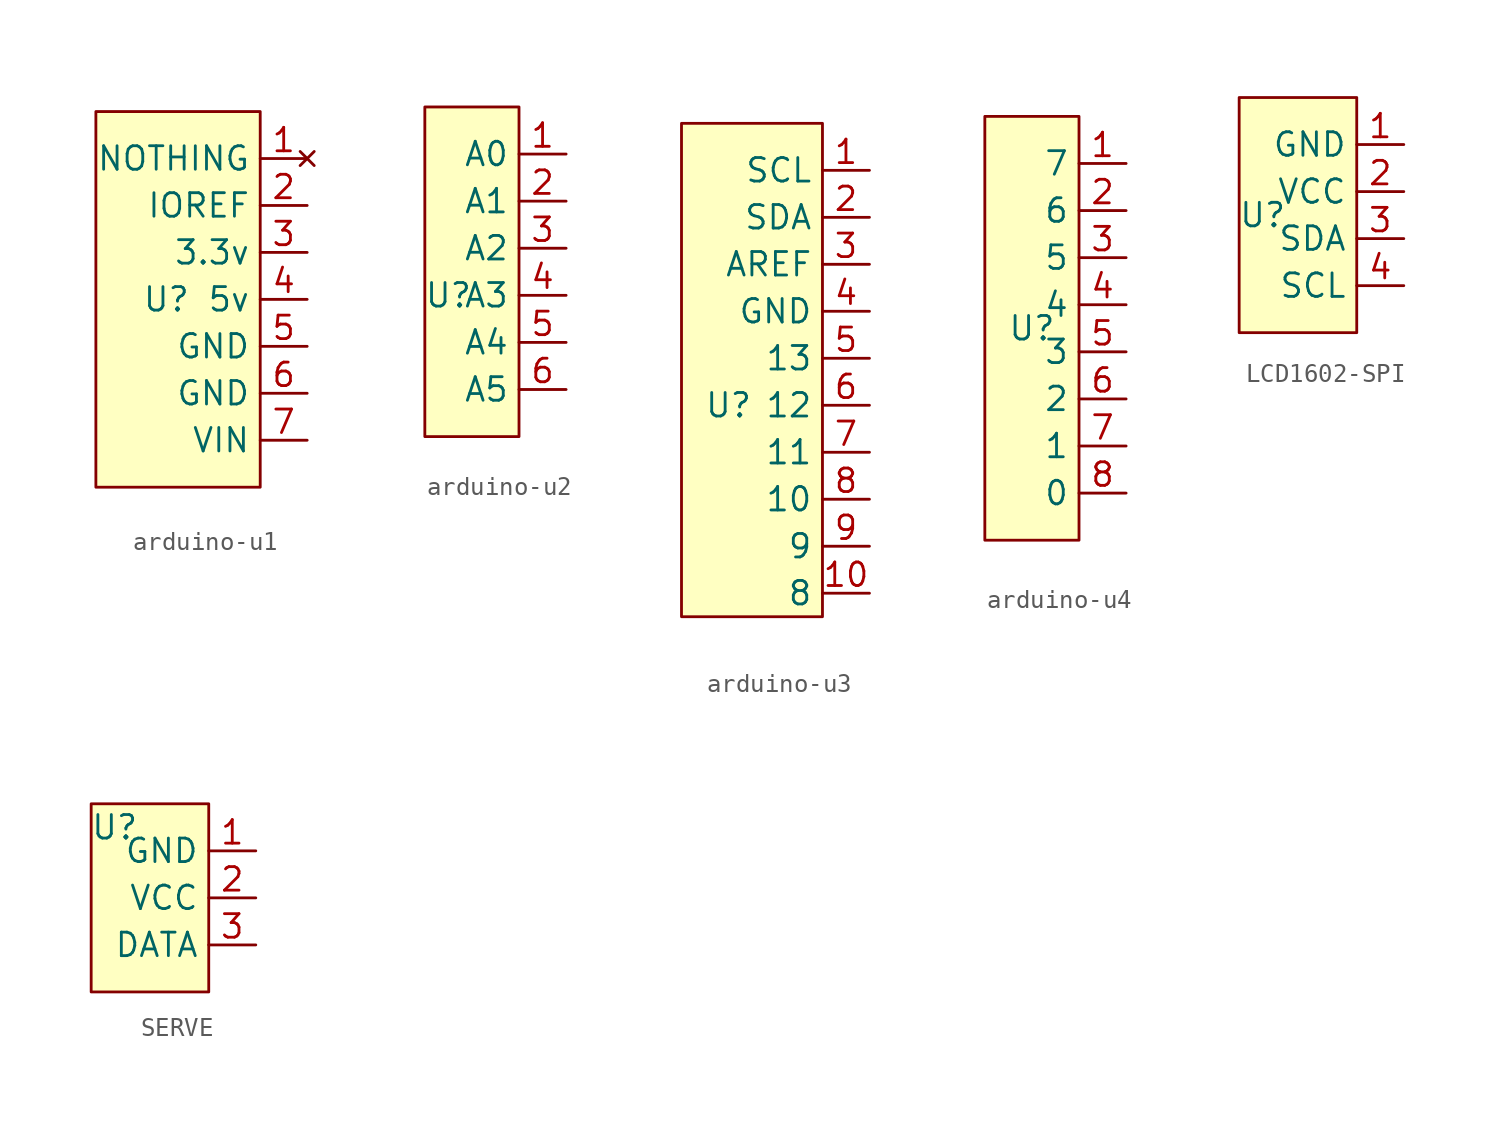
<source format=kicad_sym>
(kicad_symbol_lib
  (version 20220914)
  (generator kicad_symbol_editor)
  (symbol "arduino-u1"
    (property "Reference" "U"
      (at -2.54 0 0)
      (effects (font (size 1.27 1.27))))
    (property "Value" ""
      (at 0 0 0)
      (effects (font (size 1.27 1.27))))
    (symbol "arduino-u1_0_1"
      (rectangle (start -6.35 10.16) (end 2.54 -10.16) (stroke (width 0) (type default)) (fill (type background))))
    (symbol "arduino-u1_1_1"
      (pin no_connect line (at 5.08 7.62 180) (length 2.54) (name "NOTHING" (effects (font (size 1.27 1.27)))) (number "1" (effects (font (size 1.27 1.27)))))
      (pin bidirectional line (at 5.08 5.08 180) (length 2.54) (name "IOREF" (effects (font (size 1.27 1.27)))) (number "2" (effects (font (size 1.27 1.27)))))
      (pin power_out line (at 5.08 2.54 180) (length 2.54) (name "3.3v" (effects (font (size 1.27 1.27)))) (number "3" (effects (font (size 1.27 1.27)))))
      (pin bidirectional line (at 5.08 0 180) (length 2.54) (name "5v" (effects (font (size 1.27 1.27)))) (number "4" (effects (font (size 1.27 1.27)))))
      (pin power_out line (at 5.08 -2.54 180) (length 2.54) (name "GND" (effects (font (size 1.27 1.27)))) (number "5" (effects (font (size 1.27 1.27)))))
      (pin bidirectional line (at 5.08 -5.08 180) (length 2.54) (name "GND" (effects (font (size 1.27 1.27)))) (number "6" (effects (font (size 1.27 1.27)))))
      (pin bidirectional line (at 5.08 -7.62 180) (length 2.54) (name "VIN" (effects (font (size 1.27 1.27)))) (number "7" (effects (font (size 1.27 1.27)))))))
  (symbol "arduino-u2"
    (property "Reference" "U"
      (at 0 0 0)
      (effects (font (size 1.27 1.27))))
    (property "Value" ""
      (at 0 0 0)
      (effects (font (size 1.27 1.27))))
    (symbol "arduino-u2_0_1"
      (rectangle (start -1.27 10.16) (end 3.81 -7.62) (stroke (width 0) (type default)) (fill (type background))))
    (symbol "arduino-u2_1_1"
      (pin bidirectional line (at 6.35 7.62 180) (length 2.54) (name "A0" (effects (font (size 1.27 1.27)))) (number "1" (effects (font (size 1.27 1.27)))))
      (pin bidirectional line (at 6.35 5.08 180) (length 2.54) (name "A1" (effects (font (size 1.27 1.27)))) (number "2" (effects (font (size 1.27 1.27)))))
      (pin bidirectional line (at 6.35 2.54 180) (length 2.54) (name "A2" (effects (font (size 1.27 1.27)))) (number "3" (effects (font (size 1.27 1.27)))))
      (pin bidirectional line (at 6.35 0 180) (length 2.54) (name "A3" (effects (font (size 1.27 1.27)))) (number "4" (effects (font (size 1.27 1.27)))))
      (pin bidirectional line (at 6.35 -2.54 180) (length 2.54) (name "A4" (effects (font (size 1.27 1.27)))) (number "5" (effects (font (size 1.27 1.27)))))
      (pin bidirectional line (at 6.35 -5.08 180) (length 2.54) (name "A5" (effects (font (size 1.27 1.27)))) (number "6" (effects (font (size 1.27 1.27)))))))
  (symbol "arduino-u3"
    (property "Reference" "U"
      (at -2.54 -11.43 0)
      (effects (font (size 1.27 1.27))))
    (property "Value" ""
      (at 0 0 0)
      (effects (font (size 1.27 1.27))))
    (symbol "arduino-u3_0_1"
      (rectangle (start -5.08 3.81) (end 2.54 -22.86) (stroke (width 0) (type default)) (fill (type background))))
    (symbol "arduino-u3_1_1"
      (pin bidirectional line (at 5.08 1.27 180) (length 2.54) (name "SCL" (effects (font (size 1.27 1.27)))) (number "1" (effects (font (size 1.27 1.27)))))
      (pin bidirectional line (at 5.08 -21.59 180) (length 2.54) (name "8" (effects (font (size 1.27 1.27)))) (number "10" (effects (font (size 1.27 1.27)))))
      (pin bidirectional line (at 5.08 -1.27 180) (length 2.54) (name "SDA" (effects (font (size 1.27 1.27)))) (number "2" (effects (font (size 1.27 1.27)))))
      (pin bidirectional line (at 5.08 -3.81 180) (length 2.54) (name "AREF" (effects (font (size 1.27 1.27)))) (number "3" (effects (font (size 1.27 1.27)))))
      (pin bidirectional line (at 5.08 -6.35 180) (length 2.54) (name "GND" (effects (font (size 1.27 1.27)))) (number "4" (effects (font (size 1.27 1.27)))))
      (pin bidirectional line (at 5.08 -8.89 180) (length 2.54) (name "13" (effects (font (size 1.27 1.27)))) (number "5" (effects (font (size 1.27 1.27)))))
      (pin bidirectional line (at 5.08 -11.43 180) (length 2.54) (name "12" (effects (font (size 1.27 1.27)))) (number "6" (effects (font (size 1.27 1.27)))))
      (pin bidirectional line (at 5.08 -13.97 180) (length 2.54) (name "11" (effects (font (size 1.27 1.27)))) (number "7" (effects (font (size 1.27 1.27)))))
      (pin bidirectional line (at 5.08 -16.51 180) (length 2.54) (name "10" (effects (font (size 1.27 1.27)))) (number "8" (effects (font (size 1.27 1.27)))))
      (pin bidirectional line (at 5.08 -19.05 180) (length 2.54) (name "9" (effects (font (size 1.27 1.27)))) (number "9" (effects (font (size 1.27 1.27)))))))
  (symbol "arduino-u4"
    (property "Reference" "U"
      (at 0 0 0)
      (effects (font (size 1.27 1.27))))
    (property "Value" ""
      (at 0 0 0)
      (effects (font (size 1.27 1.27))))
    (symbol "arduino-u4_0_1"
      (rectangle (start -2.54 11.43) (end 2.54 -11.43) (stroke (width 0) (type default)) (fill (type background))))
    (symbol "arduino-u4_1_1"
      (pin bidirectional line (at 5.08 8.89 180) (length 2.54) (name "7" (effects (font (size 1.27 1.27)))) (number "1" (effects (font (size 1.27 1.27)))))
      (pin bidirectional line (at 5.08 6.35 180) (length 2.54) (name "6" (effects (font (size 1.27 1.27)))) (number "2" (effects (font (size 1.27 1.27)))))
      (pin bidirectional line (at 5.08 3.81 180) (length 2.54) (name "5" (effects (font (size 1.27 1.27)))) (number "3" (effects (font (size 1.27 1.27)))))
      (pin bidirectional line (at 5.08 1.27 180) (length 2.54) (name "4" (effects (font (size 1.27 1.27)))) (number "4" (effects (font (size 1.27 1.27)))))
      (pin bidirectional line (at 5.08 -1.27 180) (length 2.54) (name "3" (effects (font (size 1.27 1.27)))) (number "5" (effects (font (size 1.27 1.27)))))
      (pin bidirectional line (at 5.08 -3.81 180) (length 2.54) (name "2" (effects (font (size 1.27 1.27)))) (number "6" (effects (font (size 1.27 1.27)))))
      (pin bidirectional line (at 5.08 -6.35 180) (length 2.54) (name "1" (effects (font (size 1.27 1.27)))) (number "7" (effects (font (size 1.27 1.27)))))
      (pin bidirectional line (at 5.08 -8.89 180) (length 2.54) (name "0" (effects (font (size 1.27 1.27)))) (number "8" (effects (font (size 1.27 1.27)))))))
  (symbol "LCD1602-SPI"
    (property "Reference" "U"
      (at -3.81 -2.54 0)
      (effects (font (size 1.27 1.27))))
    (property "Value" ""
      (at 0 0 0)
      (effects (font (size 1.27 1.27))))
    (symbol "LCD1602-SPI_0_1"
      (rectangle (start -5.08 3.81) (end 1.27 -8.89) (stroke (width 0) (type default)) (fill (type background))))
    (symbol "LCD1602-SPI_1_1"
      (pin bidirectional line (at 3.81 1.27 180) (length 2.54) (name "GND" (effects (font (size 1.27 1.27)))) (number "1" (effects (font (size 1.27 1.27)))))
      (pin bidirectional line (at 3.81 -1.27 180) (length 2.54) (name "VCC" (effects (font (size 1.27 1.27)))) (number "2" (effects (font (size 1.27 1.27)))))
      (pin bidirectional line (at 3.81 -3.81 180) (length 2.54) (name "SDA" (effects (font (size 1.27 1.27)))) (number "3" (effects (font (size 1.27 1.27)))))
      (pin bidirectional line (at 3.81 -6.35 180) (length 2.54) (name "SCL" (effects (font (size 1.27 1.27)))) (number "4" (effects (font (size 1.27 1.27)))))))
  (symbol "SERVE"
    (property "Reference" "U"
      (at -2.54 1.27 0)
      (effects (font (size 1.27 1.27))))
    (property "Value" ""
      (at 0 0 0)
      (effects (font (size 1.27 1.27))))
    (symbol "SERVE_0_1"
      (rectangle (start -3.81 2.54) (end 2.54 -7.62) (stroke (width 0) (type default)) (fill (type background))))
    (symbol "SERVE_1_1"
      (pin bidirectional line (at 5.08 0 180) (length 2.54) (name "GND" (effects (font (size 1.27 1.27)))) (number "1" (effects (font (size 1.27 1.27)))))
      (pin bidirectional line (at 5.08 -2.54 180) (length 2.54) (name "VCC" (effects (font (size 1.27 1.27)))) (number "2" (effects (font (size 1.27 1.27)))))
      (pin bidirectional line (at 5.08 -5.08 180) (length 2.54) (name "DATA" (effects (font (size 1.27 1.27)))) (number "3" (effects (font (size 1.27 1.27))))))))
</source>
